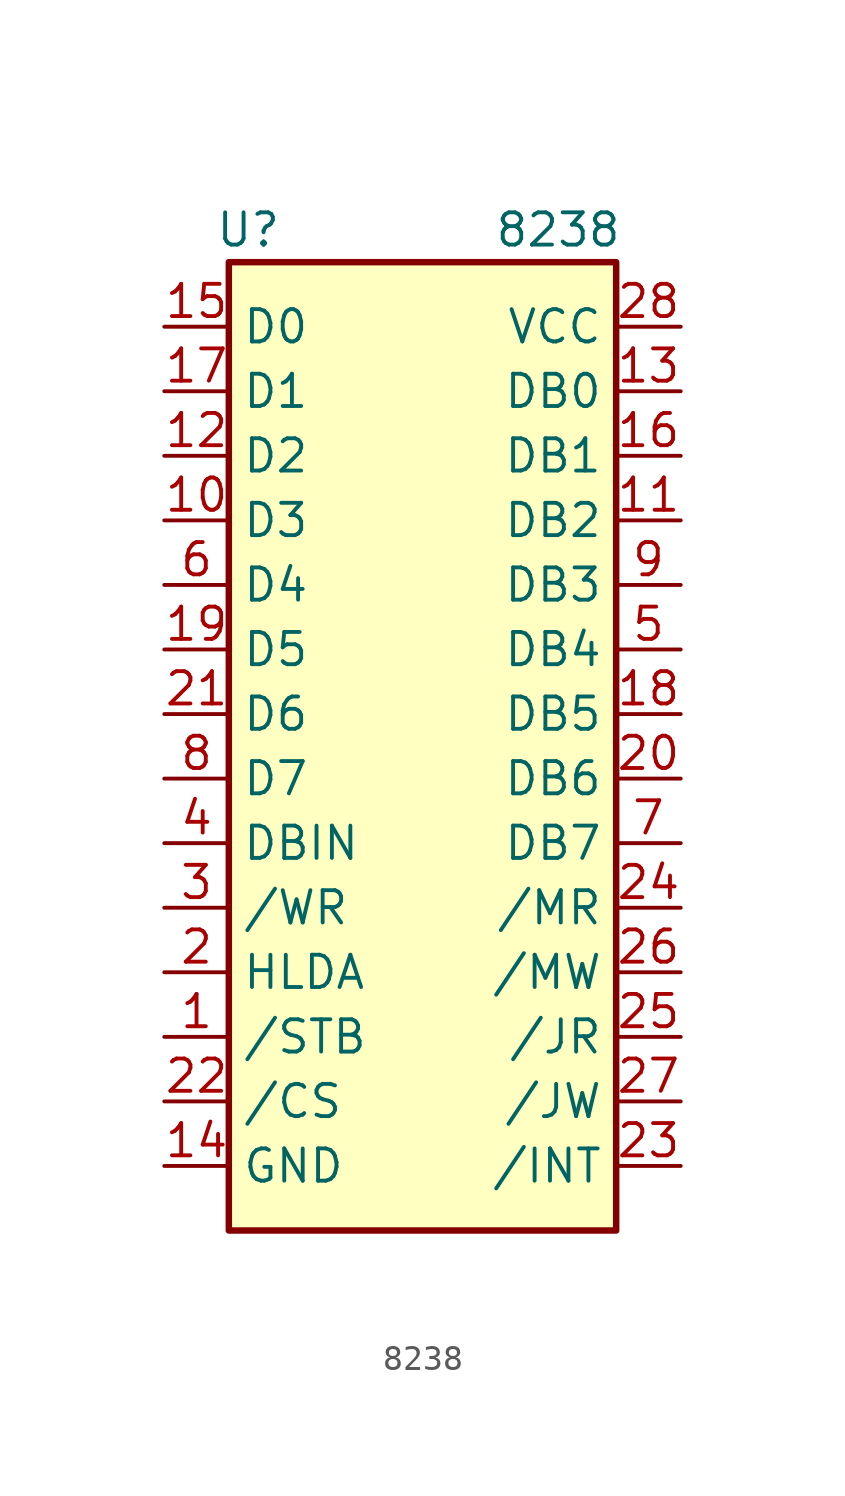
<source format=kicad_sym>
(kicad_symbol_lib
  (version 20231120)
  (generator "kicad_symbol_editor")
  (generator_version "8.0")
  (symbol "8238"
    (property "Reference" "U"
      (at -6.858 0 0)
      (effects (font (size 1.27 1.27))))
    (property "Value" "8238"
      (at 5.334 0 0)
      (effects (font (size 1.27 1.27))))
    (symbol "8238_0_0"
      (rectangle (start -7.62 -1.27) (end 7.62 -39.37) (stroke (width 0.254) (type default)) (fill (type background))))
    (symbol "8238_1_1"
      (pin input line (at -10.16 -31.75 0) (length 2.54) (name "/STB" (effects (font (size 1.27 1.27)))) (number "1" (effects (font (size 1.27 1.27)))))
      (pin bidirectional line (at -10.16 -11.43 0) (length 2.54) (name "D3" (effects (font (size 1.27 1.27)))) (number "10" (effects (font (size 1.27 1.27)))))
      (pin bidirectional line (at 10.16 -11.43 180) (length 2.54) (name "DB2" (effects (font (size 1.27 1.27)))) (number "11" (effects (font (size 1.27 1.27)))))
      (pin bidirectional line (at -10.16 -8.89 0) (length 2.54) (name "D2" (effects (font (size 1.27 1.27)))) (number "12" (effects (font (size 1.27 1.27)))))
      (pin bidirectional line (at 10.16 -6.35 180) (length 2.54) (name "DB0" (effects (font (size 1.27 1.27)))) (number "13" (effects (font (size 1.27 1.27)))))
      (pin input line (at -10.16 -36.83 0) (length 2.54) (name "GND" (effects (font (size 1.27 1.27)))) (number "14" (effects (font (size 1.27 1.27)))))
      (pin bidirectional line (at -10.16 -3.81 0) (length 2.54) (name "D0" (effects (font (size 1.27 1.27)))) (number "15" (effects (font (size 1.27 1.27)))))
      (pin bidirectional line (at 10.16 -8.89 180) (length 2.54) (name "DB1" (effects (font (size 1.27 1.27)))) (number "16" (effects (font (size 1.27 1.27)))))
      (pin bidirectional line (at -10.16 -6.35 0) (length 2.54) (name "D1" (effects (font (size 1.27 1.27)))) (number "17" (effects (font (size 1.27 1.27)))))
      (pin bidirectional line (at 10.16 -19.05 180) (length 2.54) (name "DB5" (effects (font (size 1.27 1.27)))) (number "18" (effects (font (size 1.27 1.27)))))
      (pin bidirectional line (at -10.16 -16.51 0) (length 2.54) (name "D5" (effects (font (size 1.27 1.27)))) (number "19" (effects (font (size 1.27 1.27)))))
      (pin input line (at -10.16 -29.21 0) (length 2.54) (name "HLDA" (effects (font (size 1.27 1.27)))) (number "2" (effects (font (size 1.27 1.27)))))
      (pin bidirectional line (at 10.16 -21.59 180) (length 2.54) (name "DB6" (effects (font (size 1.27 1.27)))) (number "20" (effects (font (size 1.27 1.27)))))
      (pin bidirectional line (at -10.16 -19.05 0) (length 2.54) (name "D6" (effects (font (size 1.27 1.27)))) (number "21" (effects (font (size 1.27 1.27)))))
      (pin input line (at -10.16 -34.29 0) (length 2.54) (name "/CS" (effects (font (size 1.27 1.27)))) (number "22" (effects (font (size 1.27 1.27)))))
      (pin output line (at 10.16 -36.83 180) (length 2.54) (name "/INT" (effects (font (size 1.27 1.27)))) (number "23" (effects (font (size 1.27 1.27)))))
      (pin output line (at 10.16 -26.67 180) (length 2.54) (name "/MR" (effects (font (size 1.27 1.27)))) (number "24" (effects (font (size 1.27 1.27)))))
      (pin output line (at 10.16 -31.75 180) (length 2.54) (name "/JR" (effects (font (size 1.27 1.27)))) (number "25" (effects (font (size 1.27 1.27)))))
      (pin output line (at 10.16 -29.21 180) (length 2.54) (name "/MW" (effects (font (size 1.27 1.27)))) (number "26" (effects (font (size 1.27 1.27)))))
      (pin output line (at 10.16 -34.29 180) (length 2.54) (name "/JW" (effects (font (size 1.27 1.27)))) (number "27" (effects (font (size 1.27 1.27)))))
      (pin power_in line (at 10.16 -3.81 180) (length 2.54) (name "VCC" (effects (font (size 1.27 1.27)))) (number "28" (effects (font (size 1.27 1.27)))))
      (pin input line (at -10.16 -26.67 0) (length 2.54) (name "/WR" (effects (font (size 1.27 1.27)))) (number "3" (effects (font (size 1.27 1.27)))))
      (pin input line (at -10.16 -24.13 0) (length 2.54) (name "DBIN" (effects (font (size 1.27 1.27)))) (number "4" (effects (font (size 1.27 1.27)))))
      (pin bidirectional line (at 10.16 -16.51 180) (length 2.54) (name "DB4" (effects (font (size 1.27 1.27)))) (number "5" (effects (font (size 1.27 1.27)))))
      (pin bidirectional line (at -10.16 -13.97 0) (length 2.54) (name "D4" (effects (font (size 1.27 1.27)))) (number "6" (effects (font (size 1.27 1.27)))))
      (pin bidirectional line (at 10.16 -24.13 180) (length 2.54) (name "DB7" (effects (font (size 1.27 1.27)))) (number "7" (effects (font (size 1.27 1.27)))))
      (pin bidirectional line (at -10.16 -21.59 0) (length 2.54) (name "D7" (effects (font (size 1.27 1.27)))) (number "8" (effects (font (size 1.27 1.27)))))
      (pin bidirectional line (at 10.16 -13.97 180) (length 2.54) (name "DB3" (effects (font (size 1.27 1.27)))) (number "9" (effects (font (size 1.27 1.27))))))))
</source>
